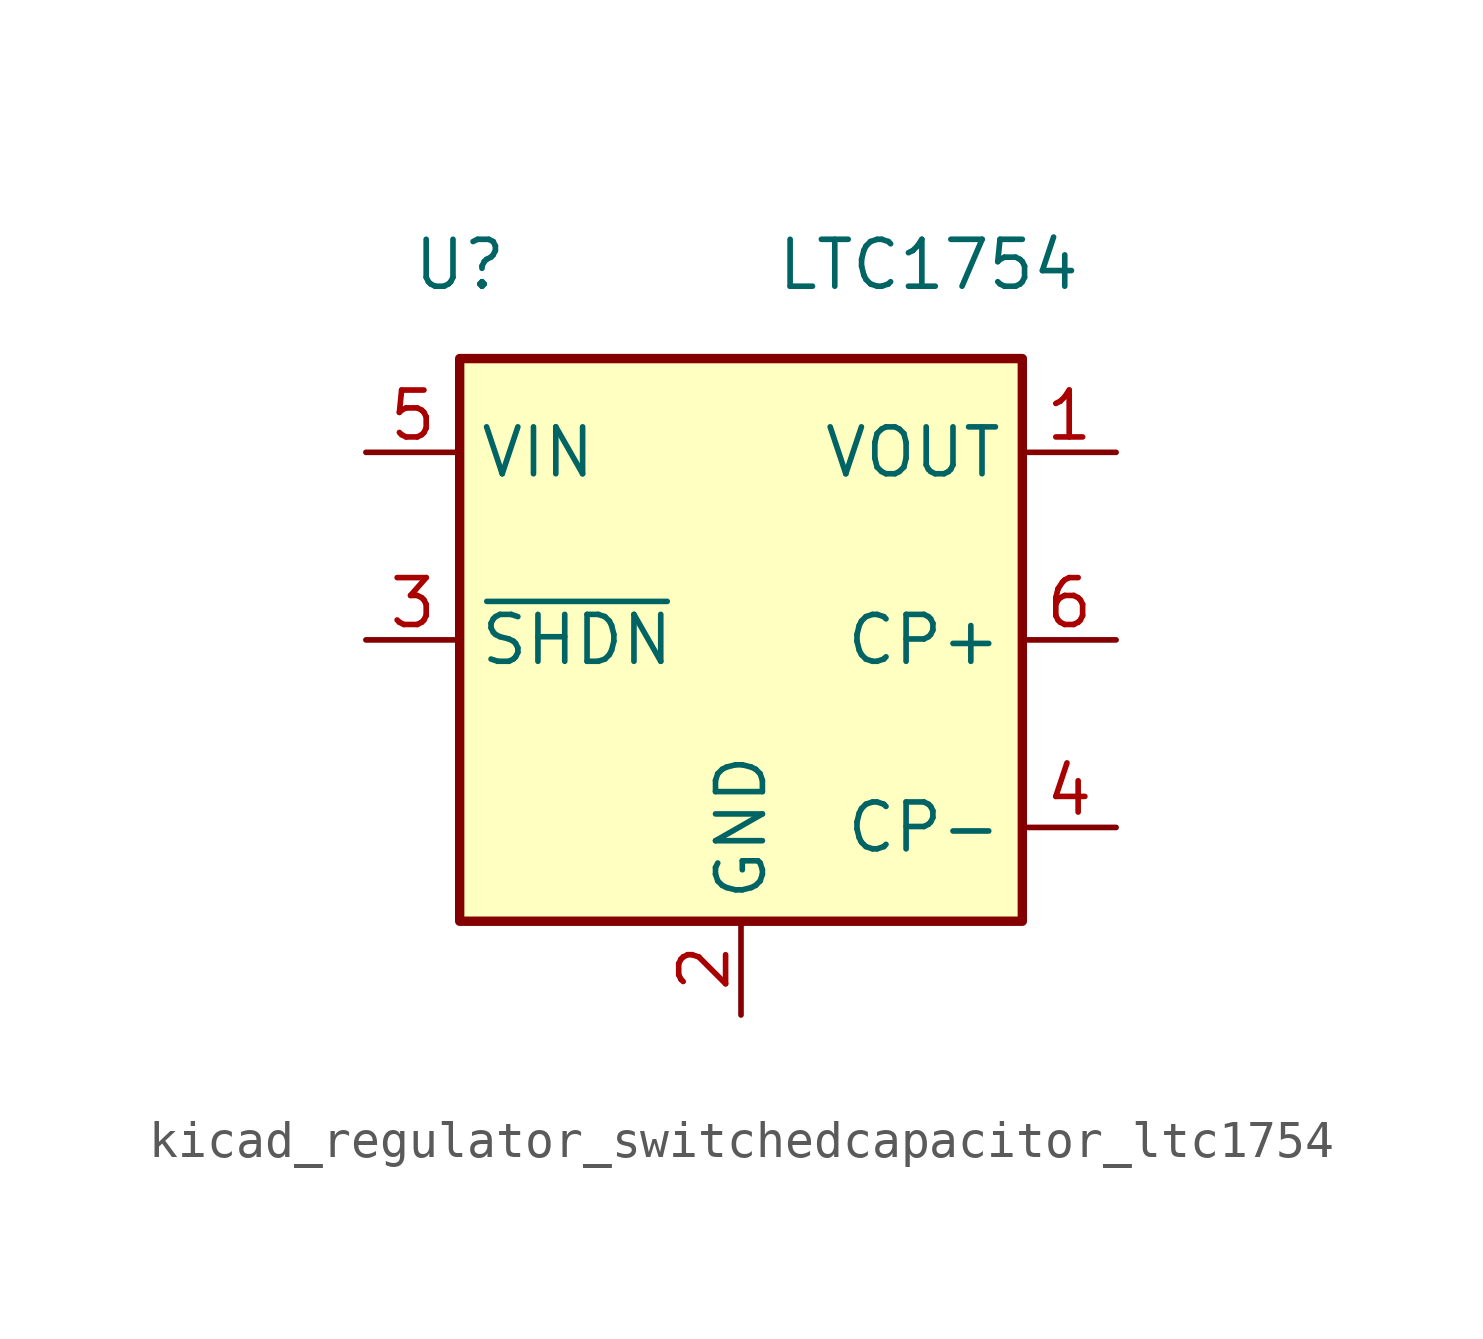
<source format=kicad_sym>
(kicad_symbol_lib
  (version 20220914)
  (generator kicad_symbol_editor)
  (symbol "kicad_regulator_switchedcapacitor_ltc1754"
    (property "Reference" "U"
      (at -7.62 10.16 0)
      (effects (font (size 1.27 1.27))))
    (property "Value" "LTC1754"
      (at 5.08 10.16 0)
      (effects (font (size 1.27 1.27))))
    (symbol "kicad_regulator_switchedcapacitor_ltc1754_0_1"
      (rectangle (start -7.62 7.62) (end 7.62 -7.62) (stroke (width 0.254) (type default)) (fill (type background))))
    (symbol "kicad_regulator_switchedcapacitor_ltc1754_1_1"
      (pin power_out line (at 10.16 5.08 180) (length 2.54) (name "VOUT" (effects (font (size 1.27 1.27)))) (number "1" (effects (font (size 1.27 1.27)))))
      (pin power_in line (at 0 -10.16 90) (length 2.54) (name "GND" (effects (font (size 1.27 1.27)))) (number "2" (effects (font (size 1.27 1.27)))))
      (pin input line (at -10.16 0 0) (length 2.54) (name "~{SHDN}" (effects (font (size 1.27 1.27)))) (number "3" (effects (font (size 1.27 1.27)))))
      (pin passive line (at 10.16 -5.08 180) (length 2.54) (name "CP-" (effects (font (size 1.27 1.27)))) (number "4" (effects (font (size 1.27 1.27)))))
      (pin power_in line (at -10.16 5.08 0) (length 2.54) (name "VIN" (effects (font (size 1.27 1.27)))) (number "5" (effects (font (size 1.27 1.27)))))
      (pin passive line (at 10.16 0 180) (length 2.54) (name "CP+" (effects (font (size 1.27 1.27)))) (number "6" (effects (font (size 1.27 1.27))))))))
</source>
